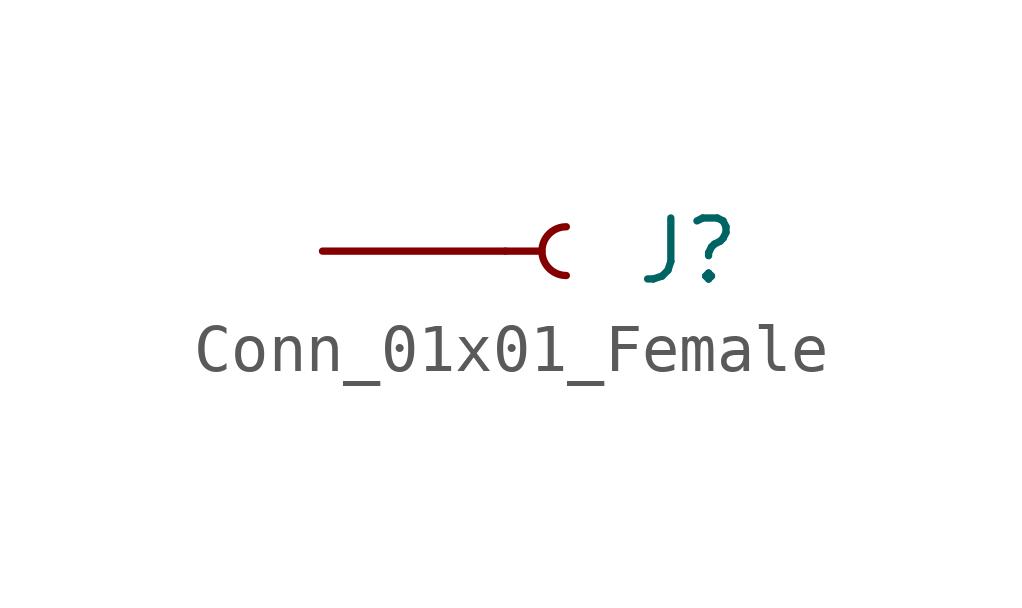
<source format=kicad_sym>
(kicad_symbol_lib
  (version 20220914)
  (generator kicad_symbol_editor)
  (symbol "Conn_01x01_Female"
    (pin_numbers hide)
    (pin_names
      (offset 1.016) hide)
    (property "Reference" "J"
      (at 2.54 0 0)
      (effects (font (size 1.27 1.27))))
    (symbol "Conn_01x01_Female_1_1"
      (polyline (pts (xy -1.27 0) (xy -0.508 0)) (stroke (width 0.152) (type default)) (fill (type none)))
      (arc (start 0 0.508) (mid -0.5058 0) (end 0 -0.508) (stroke (width 0.1524) (type default)) (fill (type none)))
      (pin passive line (at -5.08 0 0) (length 3.81) (name "Pin_1" (effects (font (size 1.27 1.27)))) (number "1" (effects (font (size 1.27 1.27))))))))
</source>
